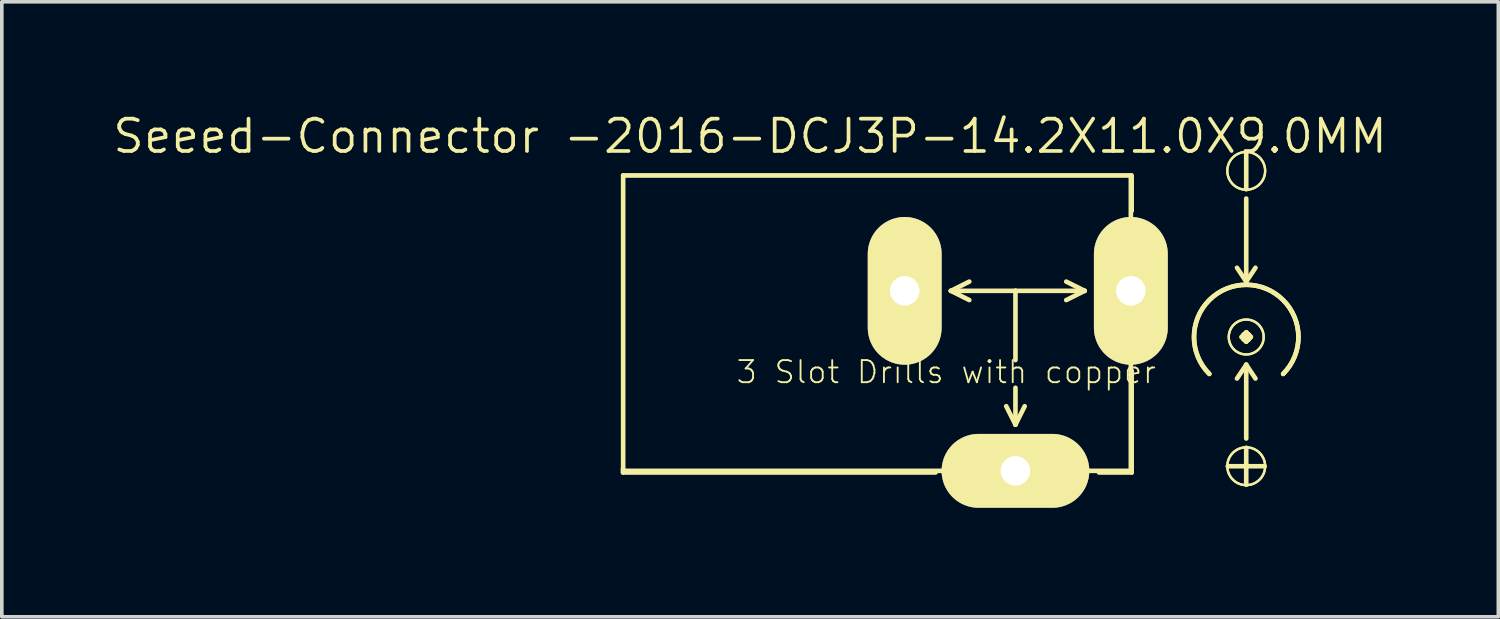
<source format=kicad_pcb>
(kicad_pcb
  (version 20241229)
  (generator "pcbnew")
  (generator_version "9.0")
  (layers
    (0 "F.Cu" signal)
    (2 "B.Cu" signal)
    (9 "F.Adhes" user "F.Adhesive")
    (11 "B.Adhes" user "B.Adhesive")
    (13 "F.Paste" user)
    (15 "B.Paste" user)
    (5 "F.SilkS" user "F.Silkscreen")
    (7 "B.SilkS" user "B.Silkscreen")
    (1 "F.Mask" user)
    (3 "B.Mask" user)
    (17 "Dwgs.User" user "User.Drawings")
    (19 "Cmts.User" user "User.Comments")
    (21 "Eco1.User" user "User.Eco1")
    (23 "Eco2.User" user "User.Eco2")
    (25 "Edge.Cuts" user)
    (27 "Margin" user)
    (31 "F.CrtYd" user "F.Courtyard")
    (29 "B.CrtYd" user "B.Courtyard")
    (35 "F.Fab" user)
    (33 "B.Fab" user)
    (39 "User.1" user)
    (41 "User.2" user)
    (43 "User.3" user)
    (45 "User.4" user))
  (footprint "Seeed-Connector -2016-DCJ3P-14.2X11.0X9.0MM"
    (layer "F.Cu")
    (at 24.892 4.953)
    (property "Reference" "Seeed-Connector -2016-DCJ3P-14.2X11.0X9.0MM" (at -7.303 -4.255 0) (layer "F.SilkS") (effects (font (size 0.889 0.889) (thickness 0.102))))
    (attr exclude_from_pos_files exclude_from_bom)
    (fp_line (start -10.798 4.999) (end -10.798 4.9) (stroke (width 0.127) (type solid)) (layer "F.SilkS"))
    (fp_line (start -10.795 -3.175) (end 3.175 -3.175) (stroke (width 0.1) (type solid)) (layer "F.SilkS"))
    (fp_line (start -10.795 -3.175) (end 3.175 -3.175) (stroke (width 0.127) (type solid)) (layer "F.SilkS"))
    (fp_line (start -10.795 4.953) (end -10.795 -3.175) (stroke (width 0.1) (type solid)) (layer "F.SilkS"))
    (fp_line (start -10.795 4.953) (end -10.795 -3.175) (stroke (width 0.127) (type solid)) (layer "F.SilkS"))
    (fp_line (start -3.454 -0.991) (end -3.442 -1.079) (stroke (width 0.1) (type solid)) (layer "F.SilkS"))
    (fp_line (start -3.454 0.991) (end -3.454 -0.991) (stroke (width 0.1) (type solid)) (layer "F.SilkS"))
    (fp_line (start -3.442 -1.079) (end -3.414 -1.166) (stroke (width 0.1) (type solid)) (layer "F.SilkS"))
    (fp_line (start -3.442 1.079) (end -3.454 0.991) (stroke (width 0.1) (type solid)) (layer "F.SilkS"))
    (fp_line (start -3.414 -1.166) (end -3.365 -1.242) (stroke (width 0.1) (type solid)) (layer "F.SilkS"))
    (fp_line (start -3.414 1.166) (end -3.442 1.079) (stroke (width 0.1) (type solid)) (layer "F.SilkS"))
    (fp_line (start -3.365 -1.242) (end -3.299 -1.308) (stroke (width 0.1) (type solid)) (layer "F.SilkS"))
    (fp_line (start -3.365 1.242) (end -3.414 1.166) (stroke (width 0.1) (type solid)) (layer "F.SilkS"))
    (fp_line (start -3.299 -1.308) (end -3.223 -1.356) (stroke (width 0.1) (type solid)) (layer "F.SilkS"))
    (fp_line (start -3.299 1.308) (end -3.365 1.242) (stroke (width 0.1) (type solid)) (layer "F.SilkS"))
    (fp_line (start -3.223 -1.356) (end -3.137 -1.384) (stroke (width 0.1) (type solid)) (layer "F.SilkS"))
    (fp_line (start -3.223 1.356) (end -3.299 1.308) (stroke (width 0.1) (type solid)) (layer "F.SilkS"))
    (fp_line (start -3.137 -1.384) (end -3.048 -1.397) (stroke (width 0.1) (type solid)) (layer "F.SilkS"))
    (fp_line (start -3.137 1.384) (end -3.223 1.356) (stroke (width 0.1) (type solid)) (layer "F.SilkS"))
    (fp_line (start -3.048 -1.397) (end -2.957 -1.384) (stroke (width 0.1) (type solid)) (layer "F.SilkS"))
    (fp_line (start -3.048 1.397) (end -3.137 1.384) (stroke (width 0.1) (type solid)) (layer "F.SilkS"))
    (fp_line (start -2.957 -1.384) (end -2.87 -1.356) (stroke (width 0.1) (type solid)) (layer "F.SilkS"))
    (fp_line (start -2.957 1.384) (end -3.048 1.397) (stroke (width 0.1) (type solid)) (layer "F.SilkS"))
    (fp_line (start -2.87 -1.356) (end -2.794 -1.308) (stroke (width 0.1) (type solid)) (layer "F.SilkS"))
    (fp_line (start -2.87 1.356) (end -2.957 1.384) (stroke (width 0.1) (type solid)) (layer "F.SilkS"))
    (fp_line (start -2.794 -1.308) (end -2.728 -1.242) (stroke (width 0.1) (type solid)) (layer "F.SilkS"))
    (fp_line (start -2.794 1.308) (end -2.87 1.356) (stroke (width 0.1) (type solid)) (layer "F.SilkS"))
    (fp_line (start -2.728 -1.242) (end -2.68 -1.166) (stroke (width 0.1) (type solid)) (layer "F.SilkS"))
    (fp_line (start -2.728 1.242) (end -2.794 1.308) (stroke (width 0.1) (type solid)) (layer "F.SilkS"))
    (fp_line (start -2.68 -1.166) (end -2.652 -1.079) (stroke (width 0.1) (type solid)) (layer "F.SilkS"))
    (fp_line (start -2.68 1.166) (end -2.728 1.242) (stroke (width 0.1) (type solid)) (layer "F.SilkS"))
    (fp_line (start -2.652 -1.079) (end -2.642 -0.991) (stroke (width 0.1) (type solid)) (layer "F.SilkS"))
    (fp_line (start -2.652 1.079) (end -2.68 1.166) (stroke (width 0.1) (type solid)) (layer "F.SilkS"))
    (fp_line (start -2.642 -0.991) (end -2.642 0.991) (stroke (width 0.1) (type solid)) (layer "F.SilkS"))
    (fp_line (start -2.642 0.991) (end -2.652 1.079) (stroke (width 0.1) (type solid)) (layer "F.SilkS"))
    (fp_line (start -2.2 4.999) (end -10.798 4.999) (stroke (width 0.127) (type solid)) (layer "F.SilkS"))
    (fp_line (start -1.778 0) (end -1.27 -0.254) (stroke (width 0.127) (type solid)) (layer "F.SilkS"))
    (fp_line (start -1.778 0) (end -1.27 0.254) (stroke (width 0.127) (type solid)) (layer "F.SilkS"))
    (fp_line (start -1.397 4.953) (end -1.384 4.862) (stroke (width 0.1) (type solid)) (layer "F.SilkS"))
    (fp_line (start -1.384 4.862) (end -1.356 4.775) (stroke (width 0.1) (type solid)) (layer "F.SilkS"))
    (fp_line (start -1.384 5.042) (end -1.397 4.953) (stroke (width 0.1) (type solid)) (layer "F.SilkS"))
    (fp_line (start -1.356 4.775) (end -1.308 4.699) (stroke (width 0.1) (type solid)) (layer "F.SilkS"))
    (fp_line (start -1.356 5.128) (end -1.384 5.042) (stroke (width 0.1) (type solid)) (layer "F.SilkS"))
    (fp_line (start -1.308 4.699) (end -1.242 4.633) (stroke (width 0.1) (type solid)) (layer "F.SilkS"))
    (fp_line (start -1.308 5.204) (end -1.356 5.128) (stroke (width 0.1) (type solid)) (layer "F.SilkS"))
    (fp_line (start -1.242 4.633) (end -1.166 4.585) (stroke (width 0.1) (type solid)) (layer "F.SilkS"))
    (fp_line (start -1.242 5.271) (end -1.308 5.204) (stroke (width 0.1) (type solid)) (layer "F.SilkS"))
    (fp_line (start -1.166 4.585) (end -1.079 4.557) (stroke (width 0.1) (type solid)) (layer "F.SilkS"))
    (fp_line (start -1.166 5.319) (end -1.242 5.271) (stroke (width 0.1) (type solid)) (layer "F.SilkS"))
    (fp_line (start -1.079 4.557) (end -0.991 4.547) (stroke (width 0.1) (type solid)) (layer "F.SilkS"))
    (fp_line (start -1.079 5.347) (end -1.166 5.319) (stroke (width 0.1) (type solid)) (layer "F.SilkS"))
    (fp_line (start -0.991 4.547) (end 0.991 4.547) (stroke (width 0.1) (type solid)) (layer "F.SilkS"))
    (fp_line (start -0.991 5.359) (end -1.079 5.347) (stroke (width 0.1) (type solid)) (layer "F.SilkS"))
    (fp_line (start 0 0) (end -1.778 0) (stroke (width 0.127) (type solid)) (layer "F.SilkS"))
    (fp_line (start 0 0) (end 1.905 0) (stroke (width 0.127) (type solid)) (layer "F.SilkS"))
    (fp_line (start 0 1.905) (end 0 0) (stroke (width 0.127) (type solid)) (layer "F.SilkS"))
    (fp_line (start 0 2.667) (end 0 3.683) (stroke (width 0.127) (type solid)) (layer "F.SilkS"))
    (fp_line (start 0 3.683) (end -0.254 3.175) (stroke (width 0.127) (type solid)) (layer "F.SilkS"))
    (fp_line (start 0 3.683) (end 0.254 3.175) (stroke (width 0.127) (type solid)) (layer "F.SilkS"))
    (fp_line (start 0.991 4.547) (end 1.079 4.557) (stroke (width 0.1) (type solid)) (layer "F.SilkS"))
    (fp_line (start 0.991 5.359) (end -0.991 5.359) (stroke (width 0.1) (type solid)) (layer "F.SilkS"))
    (fp_line (start 1.079 4.557) (end 1.166 4.585) (stroke (width 0.1) (type solid)) (layer "F.SilkS"))
    (fp_line (start 1.079 5.347) (end 0.991 5.359) (stroke (width 0.1) (type solid)) (layer "F.SilkS"))
    (fp_line (start 1.166 4.585) (end 1.242 4.633) (stroke (width 0.1) (type solid)) (layer "F.SilkS"))
    (fp_line (start 1.166 5.319) (end 1.079 5.347) (stroke (width 0.1) (type solid)) (layer "F.SilkS"))
    (fp_line (start 1.242 4.633) (end 1.308 4.699) (stroke (width 0.1) (type solid)) (layer "F.SilkS"))
    (fp_line (start 1.242 5.271) (end 1.166 5.319) (stroke (width 0.1) (type solid)) (layer "F.SilkS"))
    (fp_line (start 1.308 4.699) (end 1.356 4.775) (stroke (width 0.1) (type solid)) (layer "F.SilkS"))
    (fp_line (start 1.308 5.204) (end 1.242 5.271) (stroke (width 0.1) (type solid)) (layer "F.SilkS"))
    (fp_line (start 1.356 4.775) (end 1.384 4.862) (stroke (width 0.1) (type solid)) (layer "F.SilkS"))
    (fp_line (start 1.356 5.128) (end 1.308 5.204) (stroke (width 0.1) (type solid)) (layer "F.SilkS"))
    (fp_line (start 1.384 4.862) (end 1.397 4.953) (stroke (width 0.1) (type solid)) (layer "F.SilkS"))
    (fp_line (start 1.384 5.042) (end 1.356 5.128) (stroke (width 0.1) (type solid)) (layer "F.SilkS"))
    (fp_line (start 1.397 4.953) (end 1.384 5.042) (stroke (width 0.1) (type solid)) (layer "F.SilkS"))
    (fp_line (start 1.905 0) (end 1.397 -0.254) (stroke (width 0.127) (type solid)) (layer "F.SilkS"))
    (fp_line (start 1.905 0) (end 1.397 0.254) (stroke (width 0.127) (type solid)) (layer "F.SilkS"))
    (fp_line (start 2.299 4.999) (end 3.198 4.999) (stroke (width 0.127) (type solid)) (layer "F.SilkS"))
    (fp_line (start 2.769 -0.991) (end 2.779 -1.079) (stroke (width 0.1) (type solid)) (layer "F.SilkS"))
    (fp_line (start 2.769 0.991) (end 2.769 -0.991) (stroke (width 0.1) (type solid)) (layer "F.SilkS"))
    (fp_line (start 2.779 -1.079) (end 2.807 -1.166) (stroke (width 0.1) (type solid)) (layer "F.SilkS"))
    (fp_line (start 2.779 1.079) (end 2.769 0.991) (stroke (width 0.1) (type solid)) (layer "F.SilkS"))
    (fp_line (start 2.807 -1.166) (end 2.855 -1.242) (stroke (width 0.1) (type solid)) (layer "F.SilkS"))
    (fp_line (start 2.807 1.166) (end 2.779 1.079) (stroke (width 0.1) (type solid)) (layer "F.SilkS"))
    (fp_line (start 2.855 -1.242) (end 2.921 -1.308) (stroke (width 0.1) (type solid)) (layer "F.SilkS"))
    (fp_line (start 2.855 1.242) (end 2.807 1.166) (stroke (width 0.1) (type solid)) (layer "F.SilkS"))
    (fp_line (start 2.921 -1.308) (end 2.997 -1.356) (stroke (width 0.1) (type solid)) (layer "F.SilkS"))
    (fp_line (start 2.921 1.308) (end 2.855 1.242) (stroke (width 0.1) (type solid)) (layer "F.SilkS"))
    (fp_line (start 2.997 -1.356) (end 3.084 -1.384) (stroke (width 0.1) (type solid)) (layer "F.SilkS"))
    (fp_line (start 2.997 1.356) (end 2.921 1.308) (stroke (width 0.1) (type solid)) (layer "F.SilkS"))
    (fp_line (start 3.084 -1.384) (end 3.175 -1.397) (stroke (width 0.1) (type solid)) (layer "F.SilkS"))
    (fp_line (start 3.084 1.384) (end 2.997 1.356) (stroke (width 0.1) (type solid)) (layer "F.SilkS"))
    (fp_line (start 3.175 -3.175) (end 3.175 4.953) (stroke (width 0.1) (type solid)) (layer "F.SilkS"))
    (fp_line (start 3.175 -3.175) (end 3.175 4.953) (stroke (width 0.127) (type solid)) (layer "F.SilkS"))
    (fp_line (start 3.175 -1.397) (end 3.264 -1.384) (stroke (width 0.1) (type solid)) (layer "F.SilkS"))
    (fp_line (start 3.175 1.397) (end 3.084 1.384) (stroke (width 0.1) (type solid)) (layer "F.SilkS"))
    (fp_line (start 3.175 4.953) (end -10.795 4.953) (stroke (width 0.1) (type solid)) (layer "F.SilkS"))
    (fp_line (start 3.175 4.953) (end -10.795 4.953) (stroke (width 0.127) (type solid)) (layer "F.SilkS"))
    (fp_line (start 3.198 -2.2) (end 3.198 -3.175) (stroke (width 0.127) (type solid)) (layer "F.SilkS"))
    (fp_line (start 3.198 4.999) (end 3.198 2.2) (stroke (width 0.127) (type solid)) (layer "F.SilkS"))
    (fp_line (start 3.264 -1.384) (end 3.35 -1.356) (stroke (width 0.1) (type solid)) (layer "F.SilkS"))
    (fp_line (start 3.264 1.384) (end 3.175 1.397) (stroke (width 0.1) (type solid)) (layer "F.SilkS"))
    (fp_line (start 3.35 -1.356) (end 3.426 -1.308) (stroke (width 0.1) (type solid)) (layer "F.SilkS"))
    (fp_line (start 3.35 1.356) (end 3.264 1.384) (stroke (width 0.1) (type solid)) (layer "F.SilkS"))
    (fp_line (start 3.426 -1.308) (end 3.493 -1.242) (stroke (width 0.1) (type solid)) (layer "F.SilkS"))
    (fp_line (start 3.426 1.308) (end 3.35 1.356) (stroke (width 0.1) (type solid)) (layer "F.SilkS"))
    (fp_line (start 3.493 -1.242) (end 3.541 -1.166) (stroke (width 0.1) (type solid)) (layer "F.SilkS"))
    (fp_line (start 3.493 1.242) (end 3.426 1.308) (stroke (width 0.1) (type solid)) (layer "F.SilkS"))
    (fp_line (start 3.541 -1.166) (end 3.569 -1.079) (stroke (width 0.1) (type solid)) (layer "F.SilkS"))
    (fp_line (start 3.541 1.166) (end 3.493 1.242) (stroke (width 0.1) (type solid)) (layer "F.SilkS"))
    (fp_line (start 3.569 -1.079) (end 3.579 -0.991) (stroke (width 0.1) (type solid)) (layer "F.SilkS"))
    (fp_line (start 3.569 1.079) (end 3.541 1.166) (stroke (width 0.1) (type solid)) (layer "F.SilkS"))
    (fp_line (start 3.579 -0.991) (end 3.579 0.991) (stroke (width 0.1) (type solid)) (layer "F.SilkS"))
    (fp_line (start 3.579 0.991) (end 3.569 1.079) (stroke (width 0.1) (type solid)) (layer "F.SilkS"))
    (fp_line (start 5.842 4.826) (end 6.858 4.826) (stroke (width 0.127) (type solid)) (layer "F.SilkS"))
    (fp_line (start 6.223 1.27) (end 6.35 1.397) (stroke (width 0.127) (type solid)) (layer "F.SilkS"))
    (fp_line (start 6.35 -2.794) (end 6.35 -3.81) (stroke (width 0.127) (type solid)) (layer "F.SilkS"))
    (fp_line (start 6.35 -0.254) (end 6.096 -0.635) (stroke (width 0.127) (type solid)) (layer "F.SilkS"))
    (fp_line (start 6.35 -0.254) (end 6.35 -2.54) (stroke (width 0.127) (type solid)) (layer "F.SilkS"))
    (fp_line (start 6.35 -0.254) (end 6.604 -0.635) (stroke (width 0.127) (type solid)) (layer "F.SilkS"))
    (fp_line (start 6.35 1.143) (end 6.223 1.27) (stroke (width 0.127) (type solid)) (layer "F.SilkS"))
    (fp_line (start 6.35 1.397) (end 6.35 1.143) (stroke (width 0.127) (type solid)) (layer "F.SilkS"))
    (fp_line (start 6.35 1.397) (end 6.477 1.27) (stroke (width 0.127) (type solid)) (layer "F.SilkS"))
    (fp_line (start 6.35 2.032) (end 6.096 2.413) (stroke (width 0.127) (type solid)) (layer "F.SilkS"))
    (fp_line (start 6.35 2.032) (end 6.35 4.064) (stroke (width 0.127) (type solid)) (layer "F.SilkS"))
    (fp_line (start 6.35 2.032) (end 6.604 2.413) (stroke (width 0.127) (type solid)) (layer "F.SilkS"))
    (fp_line (start 6.35 5.334) (end 6.35 4.318) (stroke (width 0.127) (type solid)) (layer "F.SilkS"))
    (fp_line (start 6.477 1.27) (end 6.35 1.143) (stroke (width 0.127) (type solid)) (layer "F.SilkS"))
    (fp_arc (start 5.334 2.286) (mid 6.35 -0.166841) (end 7.366 2.286) (stroke (width 0.127) (type solid)) (layer "F.SilkS"))
    (fp_arc (start 5.334 2.286) (mid 6.35 -0.166841) (end 7.366 2.286) (stroke (width 0.127) (type solid)) (layer "F.SilkS"))
    (fp_circle (center 6.35 -3.302) (end 6.718 -3.67) (stroke (width 0.064) (type solid)) (fill no) (layer "F.SilkS"))
    (fp_circle (center 6.35 -3.302) (end 6.718 -3.67) (stroke (width 0.064) (type solid)) (fill no) (layer "F.SilkS"))
    (fp_circle (center 6.35 1.27) (end 6.439 1.359) (stroke (width 0.064) (type solid)) (fill no) (layer "F.SilkS"))
    (fp_circle (center 6.35 1.27) (end 6.439 1.359) (stroke (width 0.064) (type solid)) (fill no) (layer "F.SilkS"))
    (fp_circle (center 6.35 1.27) (end 6.69 1.61) (stroke (width 0.064) (type solid)) (fill no) (layer "F.SilkS"))
    (fp_circle (center 6.35 1.27) (end 6.69 1.61) (stroke (width 0.064) (type solid)) (fill no) (layer "F.SilkS"))
    (fp_circle (center 6.35 4.826) (end 6.718 5.194) (stroke (width 0.064) (type solid)) (fill no) (layer "F.SilkS"))
    (fp_circle (center 6.35 4.826) (end 6.718 5.194) (stroke (width 0.064) (type solid)) (fill no) (layer "F.SilkS"))
    (fp_text user "3 Slot Drills with copper" (at -1.905 2.235 0) (layer "F.SilkS") (effects (font (size 0.61 0.61) (thickness 0.051))))
    (pad "+" thru_hole oval (at 3.175 0 180) (size 2.032 4.064) (drill 0.813) (layers "*.Cu" "F.Mask" "F.SilkS" "F.Paste"))
    (pad "-1" thru_hole oval (at -3.048 0 180) (size 2.032 4.064) (drill 0.813) (layers "*.Cu" "F.Mask" "F.SilkS" "F.Paste"))
    (pad "-2" thru_hole oval (at 0 4.953 270) (size 2.032 4.064) (drill 0.813) (layers "*.Cu" "F.Mask" "F.SilkS" "F.Paste")))
  (gr_rect
    (start -3 -3)
    (end 38.179 13.922)
    (stroke (width 0.1) (type default))
    (fill no)
    (layer "Edge.Cuts")))
</source>
